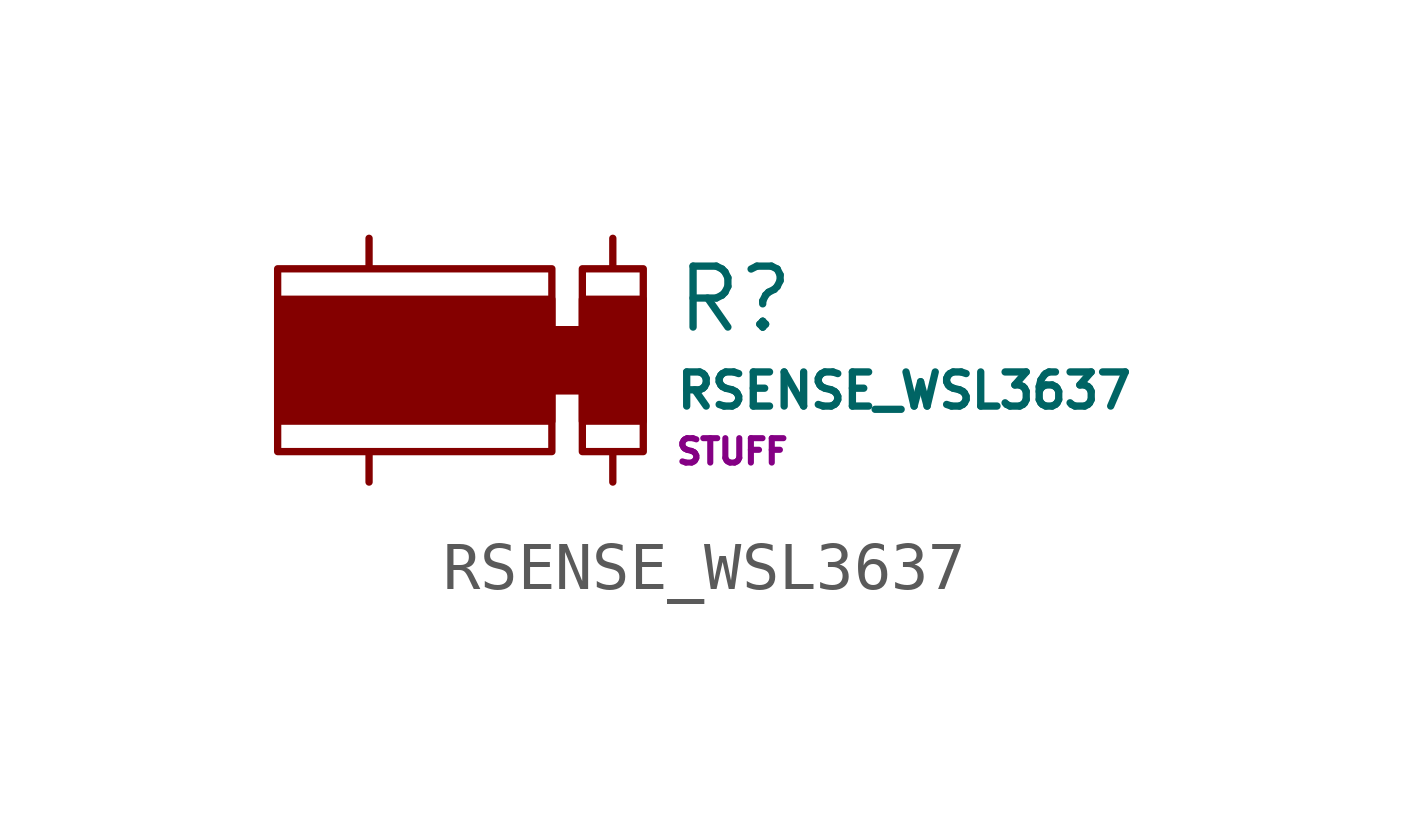
<source format=kicad_sym>
(kicad_symbol_lib
  (version 20211014)
  (generator kicad_symbol_editor)
  (symbol "RSENSE_WSL3637"
    (pin_numbers hide)
    (pin_names
      (offset 0.254) hide)
    (property "Reference" "R"
      (at 4.445 1.27 0)
      (effects (font (size 1.27 1.27)) (justify left)))
    (property "Value" "RSENSE_WSL3637"
      (at 4.445 -0.635 0)
      (effects (font (size 0.711 0.711)) (justify left)))
    (property "Datasheet" ""
      (at 0.127 0.508 0)
      (effects (font (size 1.27 1.27))))
    (property "SKU" "STUFF"
      (at 4.445 -1.905 0)
      (effects (font (size 0.508 0.508)) (justify left)))
    (symbol "RSENSE_WSL3637_0_1"
      (polyline (pts (xy 1.905 -0.635) (xy 1.905 -1.27) (xy -3.81 -1.27) (xy -3.81 1.27) (xy 1.905 1.27) (xy 1.905 0.635) (xy 2.54 0.635) (xy 2.54 1.27) (xy 3.81 1.27) (xy 3.81 -1.27) (xy 2.54 -1.27) (xy 2.54 -0.635) (xy 1.905 -0.635)) (stroke (width 0) (type default) (color 0 0 0 0)) (fill (type outline)))
      (polyline (pts (xy -3.81 1.905) (xy -3.81 0) (xy -3.81 -1.905) (xy -0.635 -1.905) (xy 1.905 -1.905) (xy 1.905 -0.635) (xy 2.54 -0.635) (xy 2.54 -1.905) (xy 3.81 -1.905) (xy 3.81 1.905) (xy 2.54 1.905) (xy 2.54 0.635) (xy 1.905 0.635) (xy 1.905 1.905) (xy -3.81 1.905)) (stroke (width 0) (type default) (color 0 0 0 0)) (fill (type none))))
    (symbol "RSENSE_WSL3637_1_1"
      (pin passive line (at -1.905 -2.54 90) (length 0.61) (name "~" (effects (font (size 1.016 1.016)))) (number "1" (effects (font (size 1.016 1.016)))))
      (pin passive line (at -1.905 2.54 270) (length 0.61) (name "~" (effects (font (size 1.016 1.016)))) (number "2" (effects (font (size 1.016 1.016)))))
      (pin passive line (at 3.175 -2.54 90) (length 0.61) (name "~" (effects (font (size 1.016 1.016)))) (number "3" (effects (font (size 1.016 1.016)))))
      (pin passive line (at 3.175 2.54 270) (length 0.61) (name "~" (effects (font (size 1.016 1.016)))) (number "4" (effects (font (size 1.016 1.016))))))))
</source>
